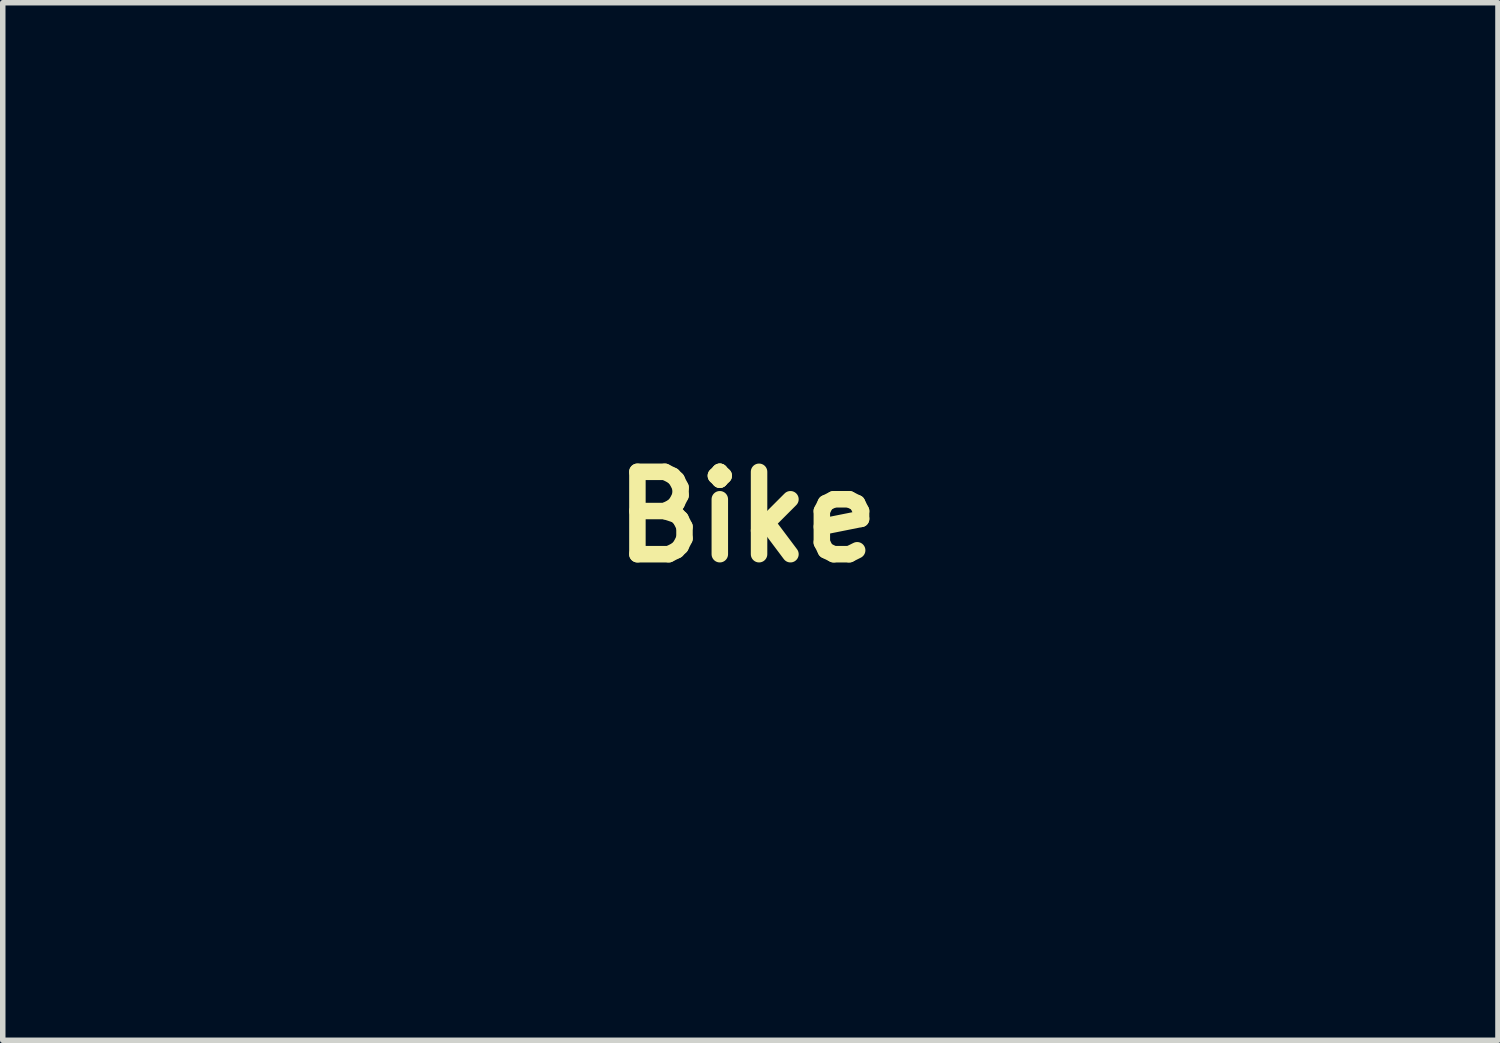
<source format=kicad_pcb>
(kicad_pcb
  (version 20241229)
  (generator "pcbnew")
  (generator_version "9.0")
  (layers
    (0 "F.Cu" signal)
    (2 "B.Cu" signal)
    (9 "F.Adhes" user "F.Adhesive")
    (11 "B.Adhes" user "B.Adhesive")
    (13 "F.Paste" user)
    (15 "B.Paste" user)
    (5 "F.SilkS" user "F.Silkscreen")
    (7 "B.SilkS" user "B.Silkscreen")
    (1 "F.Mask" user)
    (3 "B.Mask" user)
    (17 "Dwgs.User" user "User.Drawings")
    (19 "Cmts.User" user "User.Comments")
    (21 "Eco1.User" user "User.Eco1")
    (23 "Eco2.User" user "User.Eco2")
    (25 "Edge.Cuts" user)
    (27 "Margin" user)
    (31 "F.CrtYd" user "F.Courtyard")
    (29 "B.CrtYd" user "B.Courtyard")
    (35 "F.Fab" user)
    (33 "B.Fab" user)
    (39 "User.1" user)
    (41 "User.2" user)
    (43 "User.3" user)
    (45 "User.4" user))
  (footprint "Bike"
    (layer "F.Cu")
    (at 10.553 6.36)
    (property "Reference" "Bike" (at 0 0 0) (layer "F.SilkS") (effects (font (size 1.5 1.5) (thickness 0.3))))
    (attr board_only exclude_from_pos_files exclude_from_bom)
    (fp_poly (pts (xy 8.008 1.82) (xy 7.968 1.861) (xy 7.927 1.82) (xy 7.968 1.78)) (stroke (width 0) (type solid)) (fill yes) (layer "F.Mask"))
    (fp_poly (pts (xy -6.822 3.91) (xy -6.812 4.006) (xy -6.822 4.018) (xy -6.87 4.007) (xy -6.876 3.964) (xy -6.846 3.897)) (stroke (width 0) (type solid)) (fill yes) (layer "F.Mask"))
    (fp_poly (pts (xy -9.187 1.254) (xy -9.014 1.35) (xy -8.779 1.491) (xy -8.519 1.654) (xy -8.269 1.817) (xy -8.066 1.956) (xy -7.946 2.05) (xy -7.927 2.073) (xy -7.956 2.098) (xy -8.056 2.061) (xy -8.243 1.954) (xy -8.538 1.766) (xy -8.674 1.677) (xy -8.941 1.494) (xy -9.144 1.344) (xy -9.252 1.248) (xy -9.262 1.227)) (stroke (width 0) (type solid)) (fill yes) (layer "F.Mask"))
    (fp_poly (pts (xy 3.419 -6.343) (xy 3.604 -6.234) (xy 3.778 -6.076) (xy 3.893 -5.911) (xy 3.911 -5.804) (xy 3.914 -5.686) (xy 3.953 -5.662) (xy 4.035 -5.595) (xy 4.085 -5.48) (xy 4.28 -5.03) (xy 4.57 -4.694) (xy 4.667 -4.623) (xy 4.961 -4.347) (xy 5.115 -4.009) (xy 5.12 -3.634) (xy 5.093 -3.523) (xy 5.036 -3.243) (xy 5.005 -2.907) (xy 5.003 -2.75) (xy 4.997 -2.437) (xy 4.969 -2.14) (xy 4.948 -2.022) (xy 4.932 -1.685) (xy 5.007 -1.395) (xy 5.104 -1.172) (xy 5.185 -1.063) (xy 5.234 -1.081) (xy 5.237 -1.225) (xy 5.264 -1.377) (xy 5.35 -1.437) (xy 5.442 -1.385) (xy 5.472 -1.315) (xy 5.506 -1.229) (xy 5.576 -1.195) (xy 5.723 -1.209) (xy 5.972 -1.263) (xy 6.353 -1.318) (xy 6.816 -1.335) (xy 7.287 -1.314) (xy 7.644 -1.265) (xy 8.001 -1.187) (xy 8.219 -1.125) (xy 8.319 -1.07) (xy 8.332 -1.041) (xy 8.398 -0.98) (xy 8.466 -0.971) (xy 8.604 -0.921) (xy 8.822 -0.792) (xy 9.082 -0.611) (xy 9.346 -0.406) (xy 9.573 -0.206) (xy 9.685 -0.089) (xy 9.86 0.117) (xy 9.96 0.242) (xy 10.017 0.329) (xy 10.056 0.404) (xy 10.136 0.555) (xy 10.254 0.757) (xy 10.264 0.774) (xy 10.382 1.036) (xy 10.485 1.391) (xy 10.57 1.803) (xy 10.631 2.234) (xy 10.664 2.646) (xy 10.665 3.002) (xy 10.629 3.265) (xy 10.582 3.369) (xy 10.526 3.496) (xy 10.526 3.53) (xy 10.508 3.676) (xy 10.427 3.901) (xy 10.348 4.064) (xy 10.284 4.245) (xy 10.273 4.327) (xy 10.23 4.435) (xy 10.192 4.449) (xy 10.121 4.515) (xy 10.111 4.573) (xy 10.046 4.708) (xy 9.99 4.743) (xy 9.883 4.832) (xy 9.869 4.879) (xy 9.811 4.98) (xy 9.663 5.147) (xy 9.459 5.347) (xy 9.238 5.547) (xy 9.034 5.713) (xy 8.885 5.811) (xy 8.843 5.824) (xy 8.745 5.861) (xy 8.736 5.885) (xy 8.67 5.956) (xy 8.514 6.038) (xy 8.228 6.154) (xy 8.054 6.223) (xy 7.955 6.257) (xy 7.892 6.272) (xy 7.887 6.272) (xy 7.747 6.313) (xy 7.668 6.345) (xy 7.513 6.372) (xy 7.452 6.356) (xy 7.348 6.355) (xy 7.331 6.374) (xy 7.222 6.418) (xy 6.996 6.434) (xy 6.694 6.426) (xy 6.358 6.398) (xy 6.029 6.354) (xy 5.748 6.298) (xy 5.557 6.233) (xy 5.521 6.21) (xy 5.434 6.17) (xy 5.42 6.191) (xy 5.37 6.191) (xy 5.258 6.107) (xy 5.142 6.022) (xy 5.096 6.026) (xy 5.046 6.035) (xy 4.955 5.975) (xy 4.777 5.852) (xy 4.584 5.743) (xy 4.395 5.616) (xy 4.278 5.484) (xy 4.269 5.474) (xy 5.986 5.474) (xy 6.056 5.493) (xy 6.226 5.501) (xy 6.229 5.501) (xy 6.369 5.493) (xy 6.441 5.442) (xy 6.468 5.308) (xy 6.471 5.069) (xy 6.462 4.817) (xy 6.437 4.636) (xy 6.417 4.585) (xy 6.531 4.585) (xy 6.536 4.914) (xy 6.565 5.582) (xy 6.801 5.582) (xy 6.984 5.547) (xy 7.038 5.469) (xy 7.022 5.335) (xy 6.981 5.092) (xy 6.924 4.788) (xy 6.861 4.473) (xy 6.802 4.195) (xy 6.755 4.002) (xy 6.743 3.964) (xy 6.696 3.91) (xy 6.627 3.999) (xy 6.604 4.045) (xy 6.553 4.253) (xy 6.531 4.585) (xy 6.417 4.585) (xy 6.416 4.582) (xy 6.367 4.628) (xy 6.28 4.777) (xy 6.176 4.983) (xy 6.077 5.2) (xy 6.007 5.383) (xy 5.986 5.474) (xy 4.269 5.474) (xy 4.162 5.364) (xy 4.082 5.339) (xy 3.976 5.297) (xy 3.964 5.263) (xy 3.913 5.162) (xy 3.786 4.996) (xy 3.721 4.921) (xy 3.573 4.737) (xy 3.487 4.589) (xy 3.478 4.552) (xy 3.471 4.539) (xy 4.503 4.539) (xy 4.676 4.712) (xy 4.805 4.823) (xy 4.877 4.85) (xy 4.878 4.849) (xy 4.931 4.77) (xy 5.052 4.585) (xy 5.219 4.327) (xy 5.337 4.144) (xy 5.522 3.864) (xy 5.674 3.649) (xy 5.773 3.526) (xy 5.8 3.508) (xy 5.772 3.585) (xy 5.672 3.766) (xy 5.515 4.02) (xy 5.387 4.218) (xy 5.186 4.525) (xy 5.063 4.728) (xy 5.01 4.855) (xy 5.015 4.936) (xy 5.069 5.002) (xy 5.108 5.036) (xy 5.242 5.14) (xy 5.307 5.177) (xy 5.321 5.161) (xy 5.505 5.161) (xy 5.508 5.237) (xy 5.56 5.288) (xy 5.607 5.316) (xy 5.76 5.392) (xy 5.834 5.417) (xy 5.887 5.35) (xy 5.984 5.168) (xy 6.106 4.907) (xy 6.143 4.823) (xy 6.267 4.505) (xy 6.35 4.221) (xy 6.378 4.024) (xy 6.377 4.007) (xy 6.357 3.922) (xy 6.315 3.912) (xy 6.235 3.991) (xy 6.102 4.177) (xy 5.902 4.484) (xy 5.89 4.502) (xy 5.686 4.821) (xy 5.561 5.031) (xy 5.505 5.161) (xy 5.321 5.161) (xy 5.361 5.114) (xy 5.485 4.943) (xy 5.658 4.69) (xy 5.831 4.432) (xy 6.222 3.842) (xy 6.471 3.842) (xy 6.489 3.95) (xy 6.503 3.964) (xy 6.555 3.9) (xy 6.581 3.842) (xy 6.582 3.831) (xy 6.819 3.831) (xy 6.819 3.832) (xy 6.848 3.947) (xy 6.897 4.181) (xy 6.96 4.497) (xy 7.001 4.712) (xy 7.071 5.073) (xy 7.127 5.303) (xy 7.181 5.432) (xy 7.246 5.488) (xy 7.334 5.501) (xy 7.338 5.501) (xy 7.503 5.457) (xy 7.572 5.386) (xy 7.57 5.279) (xy 7.541 5.056) (xy 7.494 4.762) (xy 7.435 4.437) (xy 7.374 4.124) (xy 7.323 3.894) (xy 7.439 3.894) (xy 7.466 4.082) (xy 7.524 4.395) (xy 7.551 4.536) (xy 7.635 4.933) (xy 7.713 5.187) (xy 7.799 5.318) (xy 7.906 5.344) (xy 8.048 5.285) (xy 8.087 5.261) (xy 8.156 5.191) (xy 8.157 5.076) (xy 8.095 4.878) (xy 7.911 4.401) (xy 7.827 4.223) (xy 7.957 4.223) (xy 8.123 4.697) (xy 8.218 4.954) (xy 8.288 5.083) (xy 8.356 5.112) (xy 8.446 5.067) (xy 8.448 5.066) (xy 8.583 4.953) (xy 8.632 4.885) (xy 8.588 4.795) (xy 8.451 4.645) (xy 8.307 4.516) (xy 7.957 4.223) (xy 7.827 4.223) (xy 7.755 4.07) (xy 7.619 3.873) (xy 7.546 3.814) (xy 7.479 3.785) (xy 7.444 3.803) (xy 7.439 3.894) (xy 7.323 3.894) (xy 7.317 3.865) (xy 7.272 3.702) (xy 7.256 3.67) (xy 7.159 3.66) (xy 7.006 3.701) (xy 6.869 3.767) (xy 6.819 3.831) (xy 6.582 3.831) (xy 6.583 3.738) (xy 6.55 3.721) (xy 6.48 3.787) (xy 6.471 3.842) (xy 6.222 3.842) (xy 6.325 3.686) (xy 6.241 3.618) (xy 7.488 3.618) (xy 7.531 3.69) (xy 7.634 3.775) (xy 7.667 3.721) (xy 7.638 3.612) (xy 7.627 3.599) (xy 7.722 3.599) (xy 7.731 3.665) (xy 7.765 3.76) (xy 7.857 3.909) (xy 8.027 4.113) (xy 8.239 4.336) (xy 8.458 4.543) (xy 8.647 4.699) (xy 8.773 4.769) (xy 8.781 4.77) (xy 8.907 4.721) (xy 8.963 4.676) (xy 9.035 4.577) (xy 9.031 4.479) (xy 8.935 4.361) (xy 8.729 4.201) (xy 8.437 4.004) (xy 8.106 3.788) (xy 7.89 3.654) (xy 7.769 3.593) (xy 7.722 3.599) (xy 7.627 3.599) (xy 7.56 3.522) (xy 7.511 3.526) (xy 7.488 3.618) (xy 6.241 3.618) (xy 6.154 3.548) (xy 6.082 3.519) (xy 7.038 3.519) (xy 7.078 3.559) (xy 7.118 3.519) (xy 7.078 3.478) (xy 7.038 3.519) (xy 6.082 3.519) (xy 5.912 3.45) (xy 5.611 3.48) (xy 5.414 3.562) (xy 5.293 3.66) (xy 5.108 3.844) (xy 4.899 4.075) (xy 4.887 4.089) (xy 4.503 4.539) (xy 3.471 4.539) (xy 3.428 4.457) (xy 3.397 4.449) (xy 3.332 4.381) (xy 3.317 4.287) (xy 3.288 4.156) (xy 3.249 4.125) (xy 3.232 4.103) (xy 4.213 4.103) (xy 4.276 4.242) (xy 4.303 4.271) (xy 4.389 4.343) (xy 4.469 4.348) (xy 4.58 4.271) (xy 4.757 4.096) (xy 4.817 4.033) (xy 4.965 3.864) (xy 5.029 3.76) (xy 5.003 3.744) (xy 4.844 3.796) (xy 4.609 3.868) (xy 4.538 3.89) (xy 4.298 3.989) (xy 4.213 4.103) (xy 3.232 4.103) (xy 3.193 4.052) (xy 3.12 3.853) (xy 3.054 3.611) (xy 3.983 3.611) (xy 4.028 3.757) (xy 4.12 3.96) (xy 4.494 3.8) (xy 4.733 3.707) (xy 4.921 3.649) (xy 4.979 3.64) (xy 5.102 3.591) (xy 5.289 3.464) (xy 5.322 3.438) (xy 7.28 3.438) (xy 7.321 3.478) (xy 7.361 3.438) (xy 7.321 3.397) (xy 7.28 3.438) (xy 5.322 3.438) (xy 5.397 3.377) (xy 5.546 3.256) (xy 5.61 3.221) (xy 5.592 3.256) (xy 5.535 3.369) (xy 5.595 3.39) (xy 5.743 3.315) (xy 5.794 3.263) (xy 6.256 3.263) (xy 6.267 3.311) (xy 6.31 3.317) (xy 6.376 3.287) (xy 6.373 3.281) (xy 6.714 3.281) (xy 6.753 3.365) (xy 6.795 3.357) (xy 6.873 3.254) (xy 6.876 3.231) (xy 6.814 3.157) (xy 6.795 3.155) (xy 6.724 3.221) (xy 6.714 3.281) (xy 6.373 3.281) (xy 6.363 3.263) (xy 6.267 3.253) (xy 6.256 3.263) (xy 5.794 3.263) (xy 5.82 3.235) (xy 5.784 3.195) (xy 6.471 3.195) (xy 6.512 3.236) (xy 6.552 3.195) (xy 6.512 3.155) (xy 6.471 3.195) (xy 5.784 3.195) (xy 5.76 3.168) (xy 5.642 3.156) (xy 5.41 3.175) (xy 5.106 3.218) (xy 4.774 3.277) (xy 4.456 3.344) (xy 4.195 3.411) (xy 4.033 3.47) (xy 4.01 3.486) (xy 3.983 3.611) (xy 3.054 3.611) (xy 3.04 3.563) (xy 2.965 3.218) (xy 2.953 3.155) (xy 2.944 3.066) (xy 3.802 3.066) (xy 3.814 3.195) (xy 3.868 3.275) (xy 3.989 3.308) (xy 4.2 3.296) (xy 4.527 3.243) (xy 4.833 3.184) (xy 5.133 3.114) (xy 6.229 3.114) (xy 6.269 3.155) (xy 6.299 3.125) (xy 7.038 3.125) (xy 7.077 3.244) (xy 7.157 3.29) (xy 7.187 3.275) (xy 7.186 3.263) (xy 7.717 3.263) (xy 7.748 3.37) (xy 7.862 3.501) (xy 8.08 3.674) (xy 8.405 3.897) (xy 8.7 4.088) (xy 8.945 4.242) (xy 9.109 4.339) (xy 9.158 4.362) (xy 9.237 4.305) (xy 9.303 4.205) (xy 9.356 4.05) (xy 9.349 3.974) (xy 9.267 3.903) (xy 9.081 3.767) (xy 8.823 3.59) (xy 8.656 3.479) (xy 8.382 3.292) (xy 8.174 3.138) (xy 8.058 3.037) (xy 8.045 3.011) (xy 8.124 3.036) (xy 8.306 3.138) (xy 8.561 3.297) (xy 8.78 3.443) (xy 9.103 3.656) (xy 9.32 3.783) (xy 9.454 3.834) (xy 9.53 3.82) (xy 9.55 3.798) (xy 9.62 3.636) (xy 9.592 3.5) (xy 9.447 3.368) (xy 9.168 3.221) (xy 9.049 3.167) (xy 8.605 2.995) (xy 8.352 2.94) (xy 8.882 2.94) (xy 8.882 2.982) (xy 9.001 3.051) (xy 9.185 3.135) (xy 9.448 3.248) (xy 9.6 3.299) (xy 9.679 3.291) (xy 9.723 3.229) (xy 9.739 3.189) (xy 9.79 2.978) (xy 9.726 2.87) (xy 9.528 2.839) (xy 9.485 2.839) (xy 9.223 2.86) (xy 8.996 2.899) (xy 8.983 2.903) (xy 8.882 2.94) (xy 8.352 2.94) (xy 8.271 2.922) (xy 8.03 2.948) (xy 7.902 3.03) (xy 7.795 3.112) (xy 7.755 3.117) (xy 7.729 3.16) (xy 7.717 3.263) (xy 7.186 3.263) (xy 7.176 3.192) (xy 7.133 3.137) (xy 7.052 3.092) (xy 7.038 3.125) (xy 6.299 3.125) (xy 6.31 3.114) (xy 6.277 3.082) (xy 7.361 3.082) (xy 7.408 3.103) (xy 7.474 3.057) (xy 7.556 2.958) (xy 7.561 2.924) (xy 7.48 2.93) (xy 7.389 3.01) (xy 7.361 3.082) (xy 6.277 3.082) (xy 6.269 3.074) (xy 6.229 3.114) (xy 5.133 3.114) (xy 5.217 3.095) (xy 5.379 3.033) (xy 6.471 3.033) (xy 6.512 3.074) (xy 6.552 3.033) (xy 6.512 2.993) (xy 6.471 3.033) (xy 5.379 3.033) (xy 5.439 3.011) (xy 5.501 2.941) (xy 5.438 2.858) (xy 6.013 2.858) (xy 6.024 2.906) (xy 6.067 2.912) (xy 6.133 2.883) (xy 6.121 2.858) (xy 6.025 2.848) (xy 6.013 2.858) (xy 5.438 2.858) (xy 5.433 2.852) (xy 5.339 2.831) (xy 5.225 2.791) (xy 7.766 2.791) (xy 7.806 2.831) (xy 7.846 2.791) (xy 7.84 2.784) (xy 8.104 2.784) (xy 8.238 2.791) (xy 8.526 2.789) (xy 8.972 2.778) (xy 9.363 2.765) (xy 9.61 2.752) (xy 9.736 2.717) (xy 9.782 2.635) (xy 9.788 2.499) (xy 9.778 2.337) (xy 9.719 2.277) (xy 9.562 2.288) (xy 9.485 2.302) (xy 8.998 2.397) (xy 8.608 2.486) (xy 8.33 2.565) (xy 8.181 2.629) (xy 8.171 2.67) (xy 8.216 2.729) (xy 8.121 2.768) (xy 8.104 2.784) (xy 7.84 2.784) (xy 7.806 2.75) (xy 7.766 2.791) (xy 5.225 2.791) (xy 5.208 2.785) (xy 5.177 2.72) (xy 5.155 2.665) (xy 5.066 2.649) (xy 4.878 2.673) (xy 4.631 2.722) (xy 4.26 2.801) (xy 4.02 2.862) (xy 3.882 2.915) (xy 3.819 2.974) (xy 3.802 3.048) (xy 3.802 3.066) (xy 2.944 3.066) (xy 2.928 2.907) (xy 2.926 2.814) (xy 3.802 2.814) (xy 4.469 2.663) (xy 4.781 2.594) (xy 5.031 2.54) (xy 5.178 2.512) (xy 5.197 2.51) (xy 5.203 2.503) (xy 5.905 2.503) (xy 5.964 2.585) (xy 5.986 2.589) (xy 6.065 2.561) (xy 6.067 2.553) (xy 6.032 2.51) (xy 7.442 2.51) (xy 7.508 2.58) (xy 7.563 2.589) (xy 7.671 2.571) (xy 7.685 2.557) (xy 7.621 2.505) (xy 7.563 2.478) (xy 7.459 2.477) (xy 7.442 2.51) (xy 6.032 2.51) (xy 6.01 2.484) (xy 5.986 2.467) (xy 5.911 2.474) (xy 5.905 2.503) (xy 5.203 2.503) (xy 5.251 2.442) (xy 5.258 2.386) (xy 5.224 2.319) (xy 5.102 2.282) (xy 4.862 2.267) (xy 4.712 2.266) (xy 4.311 2.275) (xy 4.046 2.305) (xy 3.89 2.366) (xy 3.817 2.466) (xy 3.802 2.589) (xy 3.802 2.814) (xy 2.926 2.814) (xy 2.918 2.512) (xy 2.92 2.225) (xy 7.199 2.225) (xy 7.24 2.265) (xy 7.28 2.225) (xy 7.24 2.184) (xy 7.402 2.184) (xy 7.405 2.259) (xy 7.432 2.265) (xy 7.511 2.225) (xy 7.766 2.225) (xy 7.806 2.265) (xy 7.846 2.225) (xy 7.806 2.184) (xy 7.766 2.225) (xy 7.511 2.225) (xy 7.547 2.206) (xy 7.563 2.184) (xy 7.561 2.145) (xy 7.945 2.145) (xy 7.974 2.302) (xy 8.043 2.458) (xy 8.164 2.487) (xy 8.201 2.48) (xy 8.356 2.446) (xy 8.622 2.39) (xy 8.95 2.322) (xy 9.08 2.295) (xy 9.45 2.211) (xy 9.678 2.129) (xy 9.782 2.036) (xy 9.781 1.917) (xy 9.716 1.792) (xy 9.659 1.748) (xy 9.544 1.734) (xy 9.342 1.755) (xy 9.025 1.811) (xy 8.814 1.853) (xy 8.468 1.926) (xy 8.186 1.99) (xy 8.002 2.035) (xy 7.95 2.054) (xy 7.945 2.145) (xy 7.561 2.145) (xy 7.56 2.109) (xy 7.532 2.103) (xy 7.418 2.162) (xy 7.402 2.184) (xy 7.24 2.184) (xy 7.199 2.225) (xy 2.92 2.225) (xy 2.922 2.043) (xy 3.803 2.043) (xy 3.824 2.119) (xy 3.912 2.161) (xy 4.1 2.178) (xy 4.348 2.18) (xy 4.894 2.176) (xy 4.409 1.951) (xy 4.113 1.828) (xy 3.929 1.795) (xy 3.834 1.857) (xy 3.804 2.017) (xy 3.803 2.043) (xy 2.922 2.043) (xy 2.922 1.983) (xy 2.923 1.962) (xy 2.952 1.764) (xy 2.972 1.699) (xy 3.021 1.541) (xy 3.029 1.505) (xy 3.948 1.505) (xy 3.966 1.582) (xy 4.061 1.662) (xy 4.26 1.766) (xy 4.515 1.885) (xy 4.801 2.011) (xy 5.024 2.102) (xy 5.15 2.143) (xy 5.164 2.142) (xy 5.165 2.054) (xy 5.147 1.982) (xy 5.258 1.982) (xy 5.298 2.022) (xy 5.339 1.982) (xy 7.199 1.982) (xy 7.24 2.022) (xy 7.28 1.982) (xy 7.685 1.982) (xy 7.725 2.022) (xy 7.766 1.982) (xy 7.725 1.941) (xy 7.685 1.982) (xy 7.28 1.982) (xy 7.24 1.941) (xy 7.199 1.982) (xy 5.339 1.982) (xy 5.298 1.941) (xy 5.258 1.982) (xy 5.147 1.982) (xy 5.14 1.951) (xy 5.054 1.843) (xy 4.874 1.686) (xy 4.645 1.512) (xy 4.411 1.354) (xy 4.216 1.244) (xy 4.121 1.213) (xy 4.054 1.278) (xy 3.982 1.407) (xy 3.948 1.505) (xy 3.029 1.505) (xy 3.03 1.496) (xy 3.068 1.36) (xy 3.106 1.254) (xy 3.174 1.078) (xy 4.135 1.078) (xy 4.555 1.346) (xy 4.777 1.486) (xy 4.934 1.584) (xy 4.989 1.616) (xy 4.979 1.548) (xy 4.939 1.377) (xy 4.923 1.314) (xy 4.834 1.114) (xy 4.968 1.114) (xy 5.014 1.27) (xy 5.095 1.47) (xy 5.192 1.666) (xy 5.284 1.808) (xy 5.316 1.84) (xy 5.479 1.919) (xy 5.64 1.938) (xy 5.736 1.892) (xy 5.743 1.864) (xy 5.729 1.817) (xy 6.412 1.817) (xy 6.427 1.853) (xy 6.503 1.937) (xy 6.533 1.865) (xy 6.532 1.843) (xy 6.764 1.843) (xy 6.797 1.861) (xy 7.038 1.861) (xy 7.067 1.927) (xy 7.092 1.914) (xy 7.101 1.818) (xy 7.092 1.807) (xy 7.043 1.818) (xy 7.038 1.861) (xy 6.797 1.861) (xy 6.867 1.795) (xy 6.87 1.775) (xy 7.199 1.775) (xy 7.258 1.857) (xy 7.28 1.861) (xy 7.359 1.833) (xy 7.361 1.825) (xy 7.304 1.756) (xy 7.28 1.739) (xy 7.206 1.746) (xy 7.199 1.775) (xy 6.87 1.775) (xy 6.876 1.739) (xy 6.872 1.715) (xy 7.785 1.715) (xy 7.885 1.873) (xy 8.064 1.91) (xy 8.089 1.904) (xy 8.22 1.874) (xy 8.466 1.823) (xy 8.782 1.759) (xy 8.918 1.733) (xy 9.283 1.654) (xy 9.505 1.58) (xy 9.604 1.497) (xy 9.598 1.389) (xy 9.524 1.266) (xy 9.462 1.201) (xy 9.379 1.181) (xy 9.239 1.211) (xy 9.007 1.298) (xy 8.816 1.375) (xy 8.524 1.501) (xy 8.289 1.612) (xy 8.152 1.687) (xy 8.138 1.698) (xy 8.008 1.726) (xy 7.914 1.691) (xy 7.8 1.652) (xy 7.785 1.715) (xy 6.872 1.715) (xy 6.858 1.631) (xy 6.844 1.618) (xy 6.792 1.681) (xy 6.766 1.739) (xy 6.764 1.843) (xy 6.532 1.843) (xy 6.53 1.781) (xy 6.493 1.678) (xy 6.445 1.693) (xy 6.412 1.817) (xy 5.729 1.817) (xy 5.675 1.635) (xy 5.631 1.577) (xy 7.28 1.577) (xy 7.321 1.618) (xy 7.361 1.577) (xy 7.321 1.537) (xy 7.28 1.577) (xy 5.631 1.577) (xy 5.505 1.41) (xy 7.332 1.41) (xy 7.378 1.471) (xy 7.41 1.496) (xy 7.548 1.588) (xy 7.613 1.615) (xy 7.667 1.562) (xy 7.846 1.562) (xy 7.894 1.628) (xy 8.03 1.574) (xy 8.192 1.448) (xy 8.406 1.448) (xy 8.872 1.258) (xy 9.119 1.149) (xy 9.295 1.053) (xy 9.358 0.999) (xy 9.33 0.888) (xy 9.262 0.777) (xy 9.174 0.693) (xy 9.077 0.693) (xy 8.947 0.791) (xy 8.761 1.002) (xy 8.649 1.141) (xy 8.406 1.448) (xy 8.192 1.448) (xy 8.243 1.408) (xy 8.521 1.136) (xy 8.57 1.084) (xy 8.805 0.829) (xy 8.943 0.662) (xy 9 0.553) (xy 8.99 0.474) (xy 8.931 0.396) (xy 8.805 0.28) (xy 8.734 0.243) (xy 8.67 0.305) (xy 8.544 0.469) (xy 8.382 0.698) (xy 8.207 0.956) (xy 8.044 1.207) (xy 7.917 1.415) (xy 7.851 1.544) (xy 7.846 1.562) (xy 7.667 1.562) (xy 7.675 1.553) (xy 7.806 1.383) (xy 7.984 1.131) (xy 8.157 0.877) (xy 8.372 0.55) (xy 8.505 0.33) (xy 8.568 0.19) (xy 8.572 0.103) (xy 8.528 0.043) (xy 8.512 0.03) (xy 8.364 -0.057) (xy 8.291 -0.077) (xy 8.217 -0.014) (xy 8.077 0.158) (xy 7.895 0.411) (xy 7.733 0.651) (xy 7.524 0.974) (xy 7.395 1.189) (xy 7.334 1.326) (xy 7.332 1.41) (xy 5.505 1.41) (xy 5.493 1.395) (xy 5.37 1.294) (xy 6.148 1.294) (xy 6.177 1.361) (xy 6.202 1.348) (xy 6.211 1.252) (xy 6.202 1.24) (xy 6.154 1.251) (xy 6.148 1.294) (xy 5.37 1.294) (xy 5.296 1.234) (xy 5.113 1.12) (xy 4.995 1.056) (xy 4.98 1.052) (xy 4.968 1.114) (xy 4.834 1.114) (xy 4.81 1.06) (xy 4.643 0.845) (xy 4.626 0.83) (xy 4.505 0.712) (xy 4.482 0.65) (xy 4.494 0.648) (xy 4.621 0.697) (xy 4.687 0.748) (xy 4.763 0.802) (xy 4.752 0.725) (xy 4.744 0.701) (xy 4.699 0.534) (xy 4.692 0.469) (xy 4.65 0.437) (xy 4.546 0.509) (xy 4.41 0.656) (xy 4.279 0.843) (xy 4.135 1.078) (xy 3.174 1.078) (xy 3.199 1.013) (xy 3.244 0.879) (xy 3.253 0.809) (xy 3.251 0.796) (xy 3.296 0.707) (xy 3.36 0.645) (xy 3.46 0.529) (xy 3.478 0.475) (xy 3.529 0.369) (xy 3.556 0.336) (xy 4.827 0.336) (xy 4.845 0.561) (xy 4.906 0.79) (xy 4.998 0.953) (xy 5.03 0.979) (xy 5.178 1.075) (xy 5.298 1.161) (xy 5.445 1.249) (xy 5.494 1.21) (xy 5.459 1.049) (xy 5.373 0.887) (xy 5.217 0.673) (xy 5.119 0.557) (xy 4.974 0.383) (xy 4.903 0.269) (xy 4.909 0.243) (xy 5.026 0.294) (xy 5.075 0.335) (xy 5.137 0.371) (xy 5.127 0.273) (xy 5.123 0.254) (xy 5.049 0.103) (xy 4.944 0.11) (xy 4.868 0.185) (xy 4.827 0.336) (xy 3.556 0.336) (xy 3.62 0.258) (xy 3.753 0.112) (xy 3.937 -0.099) (xy 4.045 -0.227) (xy 4.073 -0.257) (xy 5.631 -0.257) (xy 5.64 -0.164) (xy 5.693 0.029) (xy 5.777 0.283) (xy 5.876 0.557) (xy 5.975 0.81) (xy 6.061 1.004) (xy 6.118 1.097) (xy 6.128 1.098) (xy 6.127 1.01) (xy 6.097 0.802) (xy 6.045 0.511) (xy 6.016 0.371) (xy 5.918 -0.024) (xy 5.842 -0.21) (xy 5.992 -0.21) (xy 6.035 0.019) (xy 6.053 0.101) (xy 6.128 0.451) (xy 6.209 0.829) (xy 6.236 0.957) (xy 6.293 1.204) (xy 6.348 1.325) (xy 6.429 1.355) (xy 6.54 1.335) (xy 6.701 1.291) (xy 6.767 1.267) (xy 6.757 1.188) (xy 6.721 0.982) (xy 6.664 0.683) (xy 6.605 0.381) (xy 6.528 0.0001) (xy 6.469 -0.248) (xy 6.424 -0.373) (xy 6.552 -0.373) (xy 6.571 -0.169) (xy 6.62 0.113) (xy 6.69 0.436) (xy 6.771 0.761) (xy 6.854 1.051) (xy 6.928 1.267) (xy 6.985 1.371) (xy 6.994 1.375) (xy 7 1.3) (xy 7.008 1.094) (xy 7.008 1.092) (xy 7.038 1.092) (xy 7.078 1.132) (xy 7.118 1.092) (xy 7.078 1.052) (xy 7.038 1.092) (xy 7.008 1.092) (xy 7.017 0.791) (xy 7.026 0.445) (xy 7.048 -0.485) (xy 6.8 -0.485) (xy 6.609 -0.452) (xy 6.552 -0.373) (xy 6.424 -0.373) (xy 6.418 -0.389) (xy 6.363 -0.45) (xy 6.291 -0.455) (xy 6.229 -0.442) (xy 6.075 -0.397) (xy 6.001 -0.334) (xy 5.992 -0.21) (xy 5.842 -0.21) (xy 5.822 -0.26) (xy 5.726 -0.336) (xy 5.631 -0.257) (xy 4.073 -0.257) (xy 4.216 -0.415) (xy 4.32 -0.508) (xy 7.098 -0.508) (xy 7.144 0.332) (xy 7.163 0.684) (xy 7.18 0.97) (xy 7.191 1.157) (xy 7.195 1.209) (xy 7.221 1.215) (xy 7.294 1.133) (xy 7.426 0.949) (xy 7.628 0.648) (xy 7.748 0.464) (xy 7.937 0.168) (xy 8.046 -0.023) (xy 8.085 -0.137) (xy 8.063 -0.204) (xy 8.007 -0.243) (xy 7.852 -0.307) (xy 7.735 -0.288) (xy 7.628 -0.164) (xy 7.503 0.086) (xy 7.464 0.174) (xy 7.353 0.41) (xy 7.266 0.558) (xy 7.22 0.587) (xy 7.219 0.585) (xy 7.238 0.471) (xy 7.315 0.265) (xy 7.402 0.079) (xy 7.512 -0.149) (xy 7.579 -0.312) (xy 7.589 -0.365) (xy 7.5 -0.402) (xy 7.33 -0.45) (xy 7.098 -0.508) (xy 4.32 -0.508) (xy 4.354 -0.538) (xy 4.409 -0.566) (xy 4.53 -0.637) (xy 4.616 -0.808) (xy 4.641 -1.019) (xy 4.637 -1.05) (xy 4.561 -1.335) (xy 4.427 -1.649) (xy 4.253 -1.963) (xy 4.061 -2.248) (xy 3.87 -2.475) (xy 3.7 -2.614) (xy 3.571 -2.636) (xy 3.563 -2.631) (xy 3.484 -2.658) (xy 3.441 -2.742) (xy 3.41 -2.79) (xy 4.56 -2.79) (xy 4.596 -2.655) (xy 4.674 -2.385) (xy 4.738 -2.144) (xy 4.775 -2.016) (xy 4.803 -2.003) (xy 4.835 -2.119) (xy 4.873 -2.327) (xy 4.903 -2.609) (xy 4.899 -2.855) (xy 4.88 -2.948) (xy 4.816 -3.081) (xy 4.731 -3.078) (xy 4.663 -3.033) (xy 4.567 -2.93) (xy 4.56 -2.79) (xy 3.41 -2.79) (xy 3.334 -2.908) (xy 3.167 -2.926) (xy 2.937 -2.794) (xy 2.872 -2.74) (xy 2.747 -2.601) (xy 2.548 -2.343) (xy 2.287 -1.983) (xy 1.975 -1.538) (xy 1.624 -1.026) (xy 1.246 -0.464) (xy 0.853 0.13) (xy 0.458 0.739) (xy 0.071 1.345) (xy -0.036 1.516) (xy -0.505 2.263) (xy -0.374 2.539) (xy -0.285 2.783) (xy -0.243 3.007) (xy -0.243 3.024) (xy -0.213 3.166) (xy -0.101 3.286) (xy 0.128 3.421) (xy 0.15 3.432) (xy 0.429 3.548) (xy 0.653 3.592) (xy 0.716 3.586) (xy 0.856 3.589) (xy 0.889 3.674) (xy 0.82 3.803) (xy 0.688 3.916) (xy 0.546 3.995) (xy 0.485 4.004) (xy 0.485 4.003) (xy 0.426 4) (xy 0.324 4.045) (xy 0.199 4.09) (xy 0.162 4.026) (xy 0.162 4.013) (xy 0.092 3.914) (xy -0.08 3.817) (xy -0.126 3.8) (xy -0.329 3.754) (xy -0.494 3.787) (xy -0.674 3.916) (xy -0.809 4.045) (xy -0.954 4.112) (xy -1.241 4.163) (xy -1.416 4.18) (xy -2.121 4.252) (xy -2.669 4.338) (xy -3.062 4.438) (xy -3.303 4.553) (xy -3.396 4.684) (xy -3.397 4.704) (xy -3.451 4.817) (xy -3.588 4.999) (xy -3.773 5.212) (xy -3.972 5.419) (xy -4.149 5.58) (xy -4.27 5.66) (xy -4.285 5.662) (xy -4.365 5.718) (xy -4.368 5.737) (xy -4.437 5.807) (xy -4.614 5.916) (xy -4.86 6.044) (xy -5.133 6.172) (xy -5.392 6.278) (xy -5.596 6.344) (xy -5.622 6.35) (xy -5.736 6.384) (xy -5.743 6.387) (xy -5.844 6.408) (xy -6.033 6.429) (xy -6.043 6.43) (xy -6.296 6.462) (xy -6.496 6.501) (xy -6.656 6.526) (xy -6.722 6.517) (xy -6.817 6.49) (xy -7.036 6.454) (xy -7.342 6.414) (xy -7.685 6.376) (xy -7.833 6.33) (xy -8.039 6.233) (xy -8.071 6.216) (xy -8.277 6.117) (xy -8.439 6.068) (xy -8.456 6.067) (xy -8.562 6.022) (xy -8.575 5.986) (xy -8.639 5.911) (xy -8.678 5.905) (xy -8.798 5.854) (xy -8.974 5.727) (xy -9.037 5.671) (xy -9.202 5.538) (xy -9.316 5.478) (xy -9.336 5.481) (xy -9.395 5.454) (xy -9.438 5.373) (xy -9.534 5.214) (xy -9.69 5.03) (xy -9.7 5.02) (xy -8.45 5.02) (xy -8.345 5.118) (xy -8.257 5.174) (xy -8.18 5.192) (xy -8.094 5.147) (xy -7.98 5.02) (xy -7.818 4.79) (xy -7.645 4.524) (xy -7.452 4.231) (xy -7.291 4.001) (xy -7.181 3.861) (xy -7.143 3.831) (xy -7.169 3.909) (xy -7.268 4.093) (xy -7.422 4.351) (xy -7.562 4.572) (xy -7.748 4.865) (xy -7.892 5.102) (xy -7.977 5.254) (xy -7.992 5.296) (xy -7.901 5.352) (xy -7.758 5.431) (xy -7.642 5.49) (xy -7.619 5.498) (xy -7.577 5.431) (xy -7.538 5.354) (xy -7.394 5.354) (xy -7.384 5.507) (xy -7.269 5.573) (xy -7.154 5.582) (xy -7.018 5.558) (xy -6.964 5.455) (xy -6.957 5.314) (xy -6.961 5.285) (xy -6.876 5.285) (xy -6.84 5.546) (xy -6.734 5.662) (xy -6.557 5.633) (xy -6.491 5.595) (xy -6.425 5.46) (xy -6.44 5.273) (xy -6.505 5.087) (xy -6.623 5.019) (xy -6.684 5.015) (xy -6.816 5.04) (xy -6.869 5.145) (xy -6.876 5.285) (xy -6.961 5.285) (xy -6.989 5.08) (xy -7.018 5.011) (xy -6.377 5.011) (xy -6.371 5.151) (xy -6.346 5.29) (xy -6.261 5.512) (xy -6.116 5.584) (xy -5.92 5.511) (xy -5.855 5.411) (xy -5.873 5.219) (xy -5.885 5.169) (xy -5.954 4.983) (xy -6.026 4.935) (xy -5.813 4.935) (xy -5.805 5.082) (xy -5.775 5.241) (xy -5.728 5.407) (xy -5.643 5.447) (xy -5.492 5.405) (xy -5.328 5.328) (xy -5.258 5.256) (xy -5.258 5.255) (xy -5.284 5.134) (xy -5.333 4.99) (xy -5.38 4.918) (xy -5.276 4.918) (xy -5.244 5.02) (xy -5.178 5.177) (xy -5.101 5.201) (xy -4.968 5.125) (xy -4.827 5.011) (xy -4.773 4.929) (xy -4.841 4.827) (xy -4.999 4.756) (xy -5.172 4.748) (xy -5.182 4.75) (xy -5.275 4.802) (xy -5.276 4.918) (xy -5.38 4.918) (xy -5.426 4.846) (xy -5.583 4.827) (xy -5.616 4.833) (xy -5.756 4.868) (xy -5.813 4.935) (xy -6.026 4.935) (xy -6.052 4.918) (xy -6.154 4.922) (xy -6.313 4.951) (xy -6.377 5.011) (xy -7.018 5.011) (xy -7.065 4.898) (xy -7.136 4.822) (xy -7.194 4.844) (xy -7.267 4.988) (xy -7.309 5.09) (xy -7.394 5.354) (xy -7.538 5.354) (xy -7.486 5.251) (xy -7.362 4.99) (xy -7.314 4.884) (xy -7.209 4.633) (xy -6.469 4.633) (xy -6.454 4.789) (xy -6.37 4.826) (xy -6.249 4.803) (xy -6.078 4.757) (xy -6.037 4.742) (xy -4.826 4.742) (xy -4.813 4.773) (xy -4.704 4.849) (xy -4.565 4.769) (xy -4.52 4.717) (xy -4.452 4.62) (xy -4.506 4.618) (xy -4.557 4.636) (xy -4.72 4.683) (xy -4.784 4.692) (xy -4.826 4.742) (xy -6.037 4.742) (xy -5.999 4.727) (xy -6.001 4.643) (xy -6.033 4.447) (xy -6.076 4.237) (xy -6.166 3.838) (xy -6.048 3.838) (xy -6.045 3.922) (xy -6.013 4.114) (xy -5.981 4.275) (xy -5.92 4.519) (xy -5.855 4.643) (xy -5.757 4.684) (xy -5.676 4.686) (xy -5.452 4.66) (xy -5.313 4.622) (xy -5.221 4.572) (xy -5.241 4.505) (xy -5.344 4.406) (xy -5.522 4.247) (xy -5.472 4.449) (xy -5.461 4.531) (xy -5.505 4.464) (xy -5.547 4.377) (xy -5.654 4.196) (xy -5.795 4.018) (xy -5.934 3.883) (xy -6.032 3.831) (xy -6.048 3.838) (xy -6.166 3.838) (xy -6.181 3.771) (xy -6.324 4.09) (xy -6.416 4.347) (xy -6.466 4.586) (xy -6.469 4.633) (xy -7.209 4.633) (xy -7.154 4.499) (xy -7.095 4.287) (xy -6.835 4.287) (xy -6.829 4.362) (xy -6.8 4.368) (xy -6.717 4.309) (xy -6.714 4.287) (xy -6.742 4.208) (xy -6.75 4.206) (xy -6.819 4.263) (xy -6.835 4.287) (xy -7.095 4.287) (xy -7.072 4.202) (xy -7.054 3.945) (xy -7.054 3.931) (xy -6.947 3.931) (xy -6.899 4.061) (xy -6.819 4.09) (xy -6.785 4.067) (xy -6.746 3.94) (xy -6.804 3.79) (xy -6.882 3.667) (xy -6.922 3.681) (xy -6.94 3.746) (xy -6.947 3.931) (xy -7.054 3.931) (xy -7.055 3.913) (xy -7.086 3.682) (xy -7.148 3.577) (xy -7.22 3.559) (xy -7.34 3.518) (xy -7.361 3.472) (xy -7.368 3.453) (xy -6.148 3.453) (xy -6.099 3.539) (xy -5.987 3.678) (xy -5.861 3.811) (xy -5.774 3.881) (xy -5.768 3.883) (xy -5.781 3.82) (xy -5.851 3.667) (xy -5.851 3.666) (xy -5.715 3.666) (xy -5.715 3.768) (xy -5.631 3.942) (xy -5.492 4.143) (xy -5.325 4.327) (xy -5.257 4.385) (xy -5.005 4.527) (xy -4.735 4.546) (xy -4.73 4.545) (xy -4.544 4.516) (xy -4.451 4.487) (xy -4.449 4.483) (xy -4.511 4.421) (xy -4.674 4.301) (xy -4.9 4.147) (xy -5.152 3.983) (xy -5.395 3.833) (xy -5.591 3.719) (xy -5.703 3.666) (xy -5.715 3.666) (xy -5.851 3.666) (xy -5.865 3.64) (xy -5.974 3.478) (xy -6.078 3.395) (xy -6.142 3.414) (xy -6.148 3.453) (xy -7.368 3.453) (xy -7.385 3.403) (xy -7.461 3.444) (xy -7.598 3.603) (xy -7.801 3.888) (xy -8.003 4.191) (xy -8.198 4.5) (xy -8.347 4.761) (xy -8.436 4.946) (xy -8.45 5.02) (xy -9.7 5.02) (xy -9.702 5.018) (xy -9.857 4.822) (xy -10.012 4.57) (xy -8.999 4.57) (xy -8.973 4.544) (xy -8.901 4.628) (xy -8.745 4.784) (xy -8.623 4.876) (xy -8.575 4.879) (xy -8.506 4.786) (xy -8.372 4.592) (xy -8.195 4.331) (xy -8.1 4.19) (xy -7.919 3.913) (xy -7.777 3.69) (xy -7.696 3.552) (xy -7.685 3.524) (xy -7.739 3.5) (xy -7.882 3.567) (xy -8.084 3.705) (xy -8.317 3.893) (xy -8.551 4.113) (xy -8.564 4.125) (xy -8.973 4.544) (xy -8.976 4.541) (xy -8.999 4.57) (xy -10.012 4.57) (xy -10.03 4.54) (xy -10.195 4.224) (xy -10.223 4.159) (xy -9.222 4.159) (xy -9.174 4.277) (xy -9.056 4.446) (xy -8.976 4.541) (xy -8.7 4.186) (xy -8.548 3.984) (xy -8.453 3.845) (xy -8.433 3.802) (xy -8.583 3.833) (xy -8.791 3.909) (xy -9.002 4.005) (xy -9.164 4.098) (xy -9.222 4.159) (xy -10.223 4.159) (xy -10.324 3.927) (xy -10.39 3.702) (xy -10.392 3.681) (xy -10.423 3.588) (xy -9.509 3.588) (xy -9.464 3.767) (xy -9.458 3.784) (xy -9.371 4.035) (xy -8.759 3.81) (xy -8.369 3.644) (xy -8.097 3.479) (xy -8.048 3.43) (xy -7.886 3.43) (xy -7.863 3.476) (xy -7.739 3.429) (xy -7.64 3.364) (xy -7.579 3.295) (xy -5.898 3.295) (xy -5.891 3.32) (xy -5.818 3.391) (xy -5.643 3.528) (xy -5.399 3.708) (xy -5.117 3.907) (xy -4.832 4.103) (xy -4.576 4.273) (xy -4.381 4.395) (xy -4.281 4.444) (xy -4.281 4.444) (xy -4.213 4.385) (xy -4.126 4.247) (xy -4.098 4.183) (xy -3.153 4.183) (xy -3.123 4.259) (xy -3.034 4.258) (xy -2.887 4.221) (xy -2.647 4.178) (xy -2.509 4.158) (xy -2.278 4.123) (xy -2.131 4.092) (xy -2.103 4.079) (xy -2.152 4.009) (xy -2.275 3.868) (xy -2.311 3.829) (xy -2.418 3.681) (xy -1.861 3.681) (xy -1.82 3.721) (xy -1.78 3.681) (xy -1.82 3.64) (xy -1.861 3.681) (xy -2.418 3.681) (xy -2.465 3.616) (xy -2.471 3.6) (xy -2.022 3.6) (xy -1.982 3.64) (xy -1.941 3.6) (xy -0.971 3.6) (xy -0.93 3.64) (xy -0.89 3.6) (xy -0.93 3.559) (xy -0.971 3.6) (xy -1.941 3.6) (xy -1.982 3.559) (xy -2.022 3.6) (xy -2.471 3.6) (xy -2.554 3.412) (xy -1.839 3.412) (xy -1.807 3.46) (xy -1.78 3.478) (xy -1.629 3.545) (xy -1.515 3.55) (xy -1.488 3.494) (xy -1.496 3.478) (xy -1.609 3.414) (xy -1.724 3.399) (xy -1.839 3.412) (xy -2.554 3.412) (xy -2.56 3.397) (xy -2.564 3.38) (xy -2.63 3.196) (xy -2.716 3.162) (xy -2.808 3.27) (xy -2.892 3.512) (xy -2.912 3.598) (xy -2.975 3.85) (xy -3.041 4.031) (xy -3.079 4.088) (xy -3.153 4.183) (xy -4.098 4.183) (xy -4.058 4.093) (xy -4.051 4.016) (xy -4.13 3.963) (xy -4.314 3.844) (xy -4.572 3.678) (xy -4.756 3.561) (xy -5.036 3.378) (xy -5.251 3.226) (xy -5.374 3.127) (xy -5.392 3.1) (xy -5.314 3.127) (xy -5.133 3.226) (xy -4.877 3.382) (xy -4.681 3.508) (xy -4.391 3.69) (xy -4.153 3.824) (xy -3.996 3.894) (xy -3.953 3.897) (xy -3.889 3.781) (xy -3.85 3.672) (xy -3.841 3.579) (xy -3.897 3.496) (xy -4.045 3.404) (xy -4.311 3.28) (xy -4.387 3.247) (xy -4.776 3.108) (xy -5.144 3.03) (xy -5.466 3.01) (xy -5.716 3.049) (xy -5.869 3.144) (xy -5.898 3.295) (xy -7.579 3.295) (xy -7.543 3.255) (xy -7.546 3.186) (xy -7.639 3.192) (xy -7.779 3.294) (xy -7.786 3.301) (xy -7.886 3.43) (xy -8.048 3.43) (xy -7.998 3.381) (xy -7.848 3.176) (xy -8.213 3.244) (xy -8.512 3.306) (xy -8.86 3.387) (xy -9.02 3.428) (xy -9.26 3.483) (xy -9.421 3.506) (xy -9.464 3.498) (xy -9.502 3.489) (xy -9.505 3.492) (xy -9.509 3.588) (xy -10.423 3.588) (xy -10.438 3.543) (xy -10.463 3.497) (xy -10.521 3.308) (xy -10.523 3.287) (xy -9.617 3.287) (xy -9.588 3.357) (xy -9.5 3.387) (xy -9.329 3.378) (xy -9.052 3.331) (xy -8.643 3.247) (xy -8.576 3.233) (xy -8.142 3.131) (xy -7.851 3.034) (xy -7.775 2.987) (xy -4.651 2.987) (xy -4.247 3.19) (xy -3.977 3.32) (xy -3.819 3.378) (xy -3.745 3.366) (xy -3.722 3.286) (xy -3.721 3.236) (xy -3.779 3.099) (xy -3.863 3.073) (xy -4.033 3.062) (xy -4.274 3.037) (xy -4.328 3.03) (xy -4.651 2.987) (xy -7.775 2.987) (xy -7.687 2.934) (xy -7.632 2.82) (xy -7.65 2.724) (xy -7.68 2.657) (xy -7.725 2.616) (xy -7.812 2.604) (xy -7.97 2.62) (xy -8.224 2.667) (xy -8.601 2.745) (xy -8.736 2.773) (xy -9.112 2.855) (xy -9.358 2.918) (xy -9.503 2.975) (xy -9.576 3.041) (xy -9.605 3.128) (xy -9.611 3.175) (xy -9.617 3.287) (xy -10.523 3.287) (xy -10.55 3.004) (xy -10.553 2.631) (xy -9.707 2.631) (xy -9.694 2.743) (xy -9.638 2.807) (xy -9.512 2.825) (xy -9.29 2.8) (xy -8.945 2.733) (xy -8.807 2.703) (xy -8.501 2.635) (xy -8.248 2.573) (xy -8.098 2.53) (xy -8.089 2.526) (xy -7.898 2.479) (xy -7.828 2.472) (xy -7.703 2.428) (xy -7.704 2.381) (xy -5.696 2.381) (xy -5.684 2.434) (xy -5.633 2.54) (xy -5.525 2.577) (xy -5.31 2.561) (xy -5.307 2.561) (xy -5.005 2.549) (xy -4.678 2.573) (xy -4.611 2.584) (xy -4.305 2.628) (xy -4.004 2.656) (xy -3.943 2.659) (xy -3.742 2.652) (xy -3.656 2.597) (xy -3.64 2.497) (xy -3.657 2.388) (xy -3.739 2.354) (xy -3.931 2.378) (xy -3.943 2.38) (xy -4.298 2.44) (xy -4.528 2.468) (xy -4.624 2.466) (xy -4.579 2.433) (xy -4.384 2.372) (xy -4.287 2.346) (xy -4.268 2.341) (xy -2.488 2.341) (xy -2.477 2.346) (xy -2.403 2.289) (xy -2.386 2.265) (xy -2.366 2.189) (xy -2.377 2.184) (xy -2.451 2.241) (xy -2.467 2.265) (xy -2.488 2.341) (xy -4.268 2.341) (xy -3.827 2.225) (xy -2.75 2.225) (xy -2.71 2.265) (xy -2.669 2.225) (xy -2.71 2.184) (xy -2.75 2.225) (xy -3.827 2.225) (xy -3.681 2.186) (xy -4.32 2.225) (xy -4.689 2.245) (xy -5.052 2.259) (xy -5.334 2.265) (xy -5.343 2.265) (xy -5.574 2.272) (xy -5.679 2.304) (xy -5.696 2.381) (xy -7.704 2.381) (xy -7.704 2.351) (xy -7.826 2.298) (xy -7.845 2.296) (xy -7.977 2.312) (xy -8.008 2.344) (xy -8.083 2.366) (xy -8.28 2.374) (xy -8.562 2.367) (xy -8.65 2.363) (xy -9.095 2.347) (xy -9.402 2.363) (xy -9.592 2.417) (xy -9.686 2.515) (xy -9.707 2.631) (xy -10.553 2.631) (xy -10.553 2.626) (xy -10.534 2.282) (xy -9.626 2.282) (xy -8.797 2.228) (xy -8.424 2.205) (xy -8.093 2.187) (xy -7.849 2.176) (xy -7.762 2.174) (xy -7.657 2.144) (xy -2.265 2.144) (xy -2.225 2.184) (xy -2.184 2.144) (xy -2.225 2.103) (xy -2.265 2.144) (xy -7.657 2.144) (xy -7.562 2.116) (xy -7.536 2.091) (xy -5.379 2.091) (xy -4.55 2.087) (xy -4.176 2.083) (xy -3.934 2.071) (xy -3.797 2.046) (xy -3.735 2.002) (xy -3.721 1.934) (xy -3.721 1.931) (xy -3.734 1.848) (xy -3.791 1.802) (xy -3.917 1.794) (xy -4.137 1.824) (xy -4.477 1.892) (xy -4.692 1.939) (xy -5.379 2.091) (xy -7.536 2.091) (xy -7.524 2.08) (xy -5.816 2.08) (xy -5.735 2.063) (xy -5.72 2.058) (xy -5.628 1.998) (xy -5.513 1.998) (xy -4.657 1.832) (xy -4.28 1.756) (xy -4.036 1.698) (xy -3.9 1.646) (xy -3.845 1.591) (xy -3.846 1.52) (xy -3.851 1.5) (xy -3.917 1.337) (xy -3.958 1.272) (xy -4.063 1.263) (xy -4.27 1.313) (xy -4.536 1.406) (xy -4.82 1.524) (xy -5.08 1.651) (xy -5.275 1.771) (xy -5.325 1.813) (xy -5.513 1.998) (xy -5.628 1.998) (xy -5.621 1.993) (xy -5.62 1.957) (xy -5.705 1.966) (xy -5.765 2.012) (xy -5.816 2.08) (xy -7.524 2.08) (xy -7.459 2.019) (xy -7.43 1.947) (xy -7.45 1.871) (xy -7.539 1.773) (xy -7.716 1.634) (xy -7.999 1.437) (xy -8.203 1.299) (xy -8.582 1.052) (xy -8.848 0.896) (xy -9.019 0.821) (xy -9.11 0.821) (xy -9.124 0.832) (xy -9.204 0.958) (xy -9.314 1.157) (xy -9.426 1.377) (xy -9.512 1.562) (xy -9.545 1.657) (xy -9.477 1.71) (xy -9.298 1.804) (xy -9.058 1.915) (xy -8.816 2.026) (xy -8.652 2.114) (xy -8.603 2.159) (xy -8.688 2.145) (xy -8.876 2.079) (xy -9.1 1.985) (xy -9.346 1.878) (xy -9.526 1.804) (xy -9.596 1.78) (xy -9.617 1.85) (xy -9.626 2.021) (xy -9.626 2.031) (xy -9.626 2.282) (xy -10.534 2.282) (xy -10.53 2.218) (xy -10.484 1.822) (xy -10.415 1.481) (xy -10.384 1.375) (xy -10.344 1.244) (xy -10.336 1.213) (xy -10.292 1.124) (xy -10.195 0.958) (xy -10.178 0.93) (xy -10.061 0.723) (xy -10.038 0.673) (xy -8.975 0.673) (xy -8.974 0.674) (xy -8.896 0.729) (xy -8.713 0.853) (xy -8.456 1.025) (xy -8.255 1.16) (xy -7.904 1.38) (xy -7.66 1.507) (xy -7.531 1.536) (xy -7.515 1.524) (xy -7.454 1.511) (xy -7.405 1.607) (xy -7.328 1.744) (xy -7.244 1.774) (xy -7.2 1.684) (xy -7.199 1.667) (xy -7.257 1.565) (xy -7.38 1.48) (xy -7.493 1.461) (xy -7.509 1.471) (xy -7.563 1.43) (xy -7.631 1.325) (xy -7.735 1.189) (xy -7.924 0.987) (xy -8.158 0.76) (xy -8.195 0.726) (xy -8.666 0.298) (xy -8.838 0.47) (xy -8.948 0.6) (xy -8.975 0.673) (xy -10.038 0.673) (xy -9.982 0.552) (xy -9.98 0.546) (xy -9.905 0.427) (xy -9.859 0.404) (xy -9.79 0.342) (xy -9.788 0.32) (xy -9.751 0.251) (xy -8.581 0.251) (xy -8.194 0.603) (xy -7.993 0.78) (xy -7.847 0.901) (xy -7.788 0.938) (xy -7.804 0.86) (xy -7.865 0.675) (xy -7.936 0.481) (xy -8.031 0.238) (xy -8.105 0.066) (xy -8.134 0.009) (xy -8.215 0.026) (xy -8.368 0.111) (xy -8.373 0.114) (xy -8.581 0.251) (xy -9.751 0.251) (xy -9.731 0.214) (xy -9.58 0.038) (xy -9.487 -0.057) (xy -8.008 -0.057) (xy -7.97 0.159) (xy -7.868 0.444) (xy -7.725 0.757) (xy -7.562 1.054) (xy -7.401 1.295) (xy -7.264 1.437) (xy -7.232 1.453) (xy -7.245 1.381) (xy -7.286 1.184) (xy -7.348 0.894) (xy -7.402 0.646) (xy -7.481 0.303) (xy -7.551 0.022) (xy -7.604 -0.161) (xy -7.61 -0.173) (xy -7.487 -0.173) (xy -7.453 -0.04) (xy -7.397 0.21) (xy -7.328 0.536) (xy -7.282 0.755) (xy -7.209 1.098) (xy -7.145 1.381) (xy -7.096 1.567) (xy -7.078 1.617) (xy -6.976 1.655) (xy -6.824 1.62) (xy -6.714 1.542) (xy -5.986 1.542) (xy -5.929 1.611) (xy -5.8 1.598) (xy -5.679 1.521) (xy -5.589 1.391) (xy -5.592 1.385) (xy -4.797 1.385) (xy -4.762 1.396) (xy -4.583 1.334) (xy -4.471 1.288) (xy -4.25 1.181) (xy -4.115 1.088) (xy -4.093 1.039) (xy -4.182 1.031) (xy -4.354 1.098) (xy -4.435 1.143) (xy -4.688 1.3) (xy -4.797 1.385) (xy -5.592 1.385) (xy -5.622 1.325) (xy -5.683 1.324) (xy -5.862 1.39) (xy -5.975 1.499) (xy -5.986 1.542) (xy -6.714 1.542) (xy -6.705 1.535) (xy -6.688 1.506) (xy -6.691 1.395) (xy -6.704 1.294) (xy -6.471 1.294) (xy -6.442 1.361) (xy -6.417 1.348) (xy -6.408 1.252) (xy -6.417 1.24) (xy -6.465 1.251) (xy -6.471 1.294) (xy -6.704 1.294) (xy -6.713 1.231) (xy -6.307 1.231) (xy -6.249 1.293) (xy -6.195 1.239) (xy -6.035 1.239) (xy -6.03 1.288) (xy -5.947 1.266) (xy -5.751 1.221) (xy -5.636 1.213) (xy -5.499 1.16) (xy -5.434 1.094) (xy -5.258 1.094) (xy -5.199 1.091) (xy -5.051 1.024) (xy -4.862 0.918) (xy -4.677 0.8) (xy -4.541 0.696) (xy -4.514 0.669) (xy -4.48 0.553) (xy -3.375 0.553) (xy -3.357 0.63) (xy -3.269 0.739) (xy -3.168 0.924) (xy -3.165 0.93) (xy -3.067 1.143) (xy -2.989 1.305) (xy -2.93 1.472) (xy -2.873 1.704) (xy -2.868 1.729) (xy -2.811 1.929) (xy -2.716 2.011) (xy -2.617 2.022) (xy -2.449 1.978) (xy -2.376 1.903) (xy -2.389 1.753) (xy -2.445 1.669) (xy -2.515 1.536) (xy -2.592 1.293) (xy -2.66 0.992) (xy -2.663 0.974) (xy -2.723 0.688) (xy -2.588 0.688) (xy -2.538 0.971) (xy -2.476 1.244) (xy -2.415 1.36) (xy -2.378 1.353) (xy -2.384 1.265) (xy -2.438 1.083) (xy -2.467 1.004) (xy -2.549 0.79) (xy -1.966 0.79) (xy -1.938 1.026) (xy -1.86 1.156) (xy -1.754 1.33) (xy -1.718 1.461) (xy -1.713 1.64) (xy -1.703 1.739) (xy -1.691 1.806) (xy -1.672 1.813) (xy -1.641 1.739) (xy -1.589 1.565) (xy -1.511 1.272) (xy -1.421 0.925) (xy -1.355 0.661) (xy -1.309 0.464) (xy -1.294 0.383) (xy -1.361 0.374) (xy -1.529 0.414) (xy -1.594 0.436) (xy -1.848 0.584) (xy -1.966 0.79) (xy -2.549 0.79) (xy -2.588 0.688) (xy -2.723 0.688) (xy -2.73 0.654) (xy -2.76 0.566) (xy -2.669 0.566) (xy -2.64 0.633) (xy -2.615 0.62) (xy -2.606 0.524) (xy -2.615 0.512) (xy -2.664 0.523) (xy -2.669 0.566) (xy -2.76 0.566) (xy -2.798 0.46) (xy -2.882 0.357) (xy -2.941 0.326) (xy -3.122 0.312) (xy -3.276 0.415) (xy -3.375 0.553) (xy -4.48 0.553) (xy -4.479 0.549) (xy -4.572 0.403) (xy -4.657 0.32) (xy -4.727 0.312) (xy -4.815 0.398) (xy -4.955 0.595) (xy -4.988 0.644) (xy -5.132 0.865) (xy -5.23 1.03) (xy -5.258 1.094) (xy -5.434 1.094) (xy -5.335 0.993) (xy -5.141 0.717) (xy -4.822 0.221) (xy -4.945 0.121) (xy -2.912 0.121) (xy -2.872 0.162) (xy -2.831 0.121) (xy -2.837 0.116) (xy -2.265 0.116) (xy -2.204 0.213) (xy -2.012 0.281) (xy -1.804 0.313) (xy -1.663 0.289) (xy -1.498 0.229) (xy -1.37 0.141) (xy -1.393 0.07) (xy -1.558 0.021) (xy -1.855 0.001) (xy -1.881 0.001) (xy -2.132 0.016) (xy -2.249 0.067) (xy -2.265 0.116) (xy -2.837 0.116) (xy -2.872 0.081) (xy -2.912 0.121) (xy -4.945 0.121) (xy -5.012 0.068) (xy -5.202 -0.086) (xy -5.517 0.382) (xy -5.699 0.658) (xy -5.86 0.916) (xy -5.958 1.084) (xy -6.035 1.239) (xy -6.195 1.239) (xy -6.183 1.228) (xy -6.054 1.054) (xy -5.883 0.8) (xy -5.752 0.597) (xy -5.552 0.268) (xy -5.436 0.048) (xy -5.393 -0.087) (xy -5.415 -0.159) (xy -5.429 -0.169) (xy -5.581 -0.234) (xy -5.711 -0.201) (xy -5.84 -0.054) (xy -5.987 0.225) (xy -6.047 0.357) (xy -6.204 0.748) (xy -6.291 1.044) (xy -6.307 1.231) (xy -6.713 1.231) (xy -6.721 1.169) (xy -6.773 0.866) (xy -6.838 0.528) (xy -6.907 0.194) (xy -6.973 -0.094) (xy -7.027 -0.297) (xy -7.058 -0.371) (xy -7.158 -0.384) (xy -7.314 -0.359) (xy -7.47 -0.282) (xy -7.487 -0.173) (xy -7.61 -0.173) (xy -7.626 -0.211) (xy -7.739 -0.23) (xy -7.891 -0.18) (xy -7.997 -0.093) (xy -8.008 -0.057) (xy -9.487 -0.057) (xy -9.369 -0.177) (xy -9.129 -0.399) (xy -9.122 -0.404) (xy -6.933 -0.404) (xy -6.769 0.415) (xy -6.694 0.78) (xy -6.637 1.007) (xy -6.591 1.118) (xy -6.546 1.135) (xy -6.498 1.087) (xy -6.432 0.918) (xy -6.395 0.668) (xy -6.391 0.571) (xy -6.404 0.261) (xy -6.434 -0.042) (xy -6.442 -0.101) (xy -6.491 -0.299) (xy -6.382 -0.299) (xy -6.36 -0.152) (xy -6.324 0.114) (xy -6.309 0.394) (xy -6.306 0.545) (xy -6.288 0.594) (xy -6.238 0.528) (xy -6.142 0.335) (xy -6.079 0.202) (xy -5.95 -0.104) (xy -5.912 -0.286) (xy -5.938 -0.343) (xy -6.085 -0.39) (xy -6.219 -0.403) (xy -6.348 -0.386) (xy -6.382 -0.299) (xy -6.491 -0.299) (xy -6.491 -0.302) (xy -6.576 -0.388) (xy -6.713 -0.404) (xy -6.933 -0.404) (xy -9.122 -0.404) (xy -8.892 -0.595) (xy -8.817 -0.65) (xy -8.251 -0.981) (xy -7.668 -1.185) (xy -7.644 -1.191) (xy -7.479 -1.209) (xy -7.206 -1.223) (xy -6.869 -1.23) (xy -6.511 -1.232) (xy -6.177 -1.228) (xy -5.911 -1.218) (xy -5.755 -1.201) (xy -5.743 -1.198) (xy -5.435 -1.088) (xy -5.227 -1) (xy -5.158 -0.965) (xy -4.977 -0.9) (xy -4.895 -0.89) (xy -4.787 -0.846) (xy -4.773 -0.809) (xy -4.709 -0.734) (xy -4.669 -0.728) (xy -4.55 -0.677) (xy -4.373 -0.549) (xy -4.3 -0.485) (xy -4.131 -0.339) (xy -4.014 -0.252) (xy -3.992 -0.243) (xy -3.915 -0.187) (xy -3.812 -0.073) (xy -3.737 0.009) (xy -3.673 0.022) (xy -3.595 -0.053) (xy -3.481 -0.23) (xy -3.348 -0.23) (xy -3.345 -0.091) (xy -3.229 -0.056) (xy -3.188 -0.062) (xy -3.033 -0.141) (xy -2.993 -0.302) (xy -2.993 -0.503) (xy -3.159 -0.312) (xy -3.325 -0.121) (xy -3.197 -0.384) (xy -3.121 -0.568) (xy -3.114 -0.645) (xy -3.168 -0.597) (xy -3.238 -0.48) (xy -3.348 -0.23) (xy -3.481 -0.23) (xy -3.476 -0.237) (xy -3.379 -0.4) (xy -3.226 -0.67) (xy -3.171 -0.8) (xy -2.561 -0.8) (xy -2.555 -0.768) (xy -2.484 -0.5) (xy -2.408 -0.327) (xy -2.294 -0.225) (xy -2.105 -0.17) (xy -1.807 -0.137) (xy -1.623 -0.122) (xy -0.89 -0.064) (xy -0.931 0.474) (xy -0.961 0.844) (xy -0.996 1.23) (xy -1.019 1.456) (xy -1.039 1.69) (xy -1.04 1.835) (xy -1.028 1.861) (xy -0.977 1.785) (xy -0.849 1.589) (xy -0.654 1.289) (xy -0.402 0.899) (xy -0.104 0.436) (xy 0.23 -0.085) (xy 0.544 -0.576) (xy 2.078 -2.973) (xy 1.787 -2.894) (xy 1.67 -2.862) (xy 1.559 -2.827) (xy 1.431 -2.781) (xy 1.263 -2.713) (xy 1.032 -2.614) (xy 0.713 -2.475) (xy 0.285 -2.285) (xy -0.04 -2.141) (xy -0.727 -1.836) (xy -1.278 -1.587) (xy -1.71 -1.388) (xy -2.036 -1.231) (xy -2.269 -1.107) (xy -2.424 -1.01) (xy -2.515 -0.931) (xy -2.556 -0.864) (xy -2.561 -0.8) (xy -3.171 -0.8) (xy -3.148 -0.853) (xy -3.133 -0.996) (xy -3.168 -1.146) (xy -3.172 -1.156) (xy -3.268 -1.38) (xy -3.376 -1.552) (xy -3.449 -1.694) (xy -3.441 -1.775) (xy -3.445 -1.88) (xy -3.494 -2.107) (xy -3.581 -2.425) (xy -3.697 -2.803) (xy -3.728 -2.897) (xy -3.886 -3.359) (xy -4.02 -3.689) (xy -4.149 -3.908) (xy -4.293 -4.038) (xy -4.474 -4.103) (xy -4.71 -4.124) (xy -4.835 -4.125) (xy -5.054 -4.134) (xy -5.151 -4.174) (xy -5.167 -4.268) (xy -5.162 -4.307) (xy -5.06 -4.486) (xy -4.835 -4.637) (xy -4.701 -4.694) (xy -4.555 -4.732) (xy -4.366 -4.752) (xy -4.104 -4.756) (xy -3.737 -4.745) (xy -3.318 -4.727) (xy -2.778 -4.696) (xy -2.397 -4.662) (xy -2.171 -4.623) (xy -2.098 -4.577) (xy -2.174 -4.522) (xy -2.397 -4.457) (xy -2.71 -4.39) (xy -2.978 -4.331) (xy -3.199 -4.27) (xy -3.269 -4.245) (xy -3.376 -4.216) (xy -3.361 -4.28) (xy -3.361 -4.282) (xy -3.34 -4.342) (xy -3.425 -4.316) (xy -3.489 -4.284) (xy -3.675 -4.179) (xy -3.712 -4.134) (xy -3.599 -4.15) (xy -3.559 -4.16) (xy -3.421 -4.193) (xy -3.426 -4.162) (xy -3.516 -4.088) (xy -3.58 -4.03) (xy -3.614 -3.961) (xy -3.613 -3.853) (xy -3.574 -3.677) (xy -3.492 -3.405) (xy -3.364 -3.012) (xy -3.24 -2.64) (xy -3.129 -2.323) (xy -3.044 -2.093) (xy -2.995 -1.983) (xy -2.994 -1.982) (xy -2.932 -1.848) (xy -2.88 -1.674) (xy -2.826 -1.446) (xy -1.595 -2.092) (xy -0.691 -2.566) (xy 0.081 -2.971) (xy 0.614 -3.252) (xy 4.056 -3.252) (xy 4.105 -3.139) (xy 4.186 -3.08) (xy 4.323 -3.011) (xy 4.427 -3.016) (xy 4.576 -3.103) (xy 4.613 -3.128) (xy 4.763 -3.23) (xy 4.838 -3.281) (xy 4.826 -3.359) (xy 4.766 -3.53) (xy 4.743 -3.587) (xy 4.622 -3.875) (xy 4.334 -3.61) (xy 4.13 -3.4) (xy 4.056 -3.252) (xy 0.614 -3.252) (xy 0.73 -3.313) (xy 1.267 -3.597) (xy 1.345 -3.638) (xy 4.038 -3.638) (xy 4.056 -3.567) (xy 4.166 -3.614) (xy 4.331 -3.758) (xy 4.492 -3.963) (xy 4.514 -4.142) (xy 4.411 -4.332) (xy 4.323 -4.436) (xy 4.294 -4.399) (xy 4.29 -4.287) (xy 4.245 -4.082) (xy 4.142 -3.848) (xy 4.126 -3.822) (xy 4.038 -3.638) (xy 1.345 -3.638) (xy 1.702 -3.829) (xy 2.01 -3.997) (xy 3.764 -3.997) (xy 3.801 -3.808) (xy 3.881 -3.722) (xy 3.893 -3.721) (xy 3.972 -3.788) (xy 4.069 -3.955) (xy 4.089 -4.002) (xy 4.185 -4.297) (xy 4.196 -4.506) (xy 4.178 -4.53) (xy 4.586 -4.53) (xy 4.587 -4.436) (xy 4.634 -4.244) (xy 4.71 -4.004) (xy 4.798 -3.763) (xy 4.882 -3.573) (xy 4.943 -3.481) (xy 4.95 -3.478) (xy 4.991 -3.55) (xy 5.014 -3.729) (xy 5.015 -3.797) (xy 4.951 -4.137) (xy 4.82 -4.343) (xy 4.685 -4.48) (xy 4.595 -4.534) (xy 4.586 -4.53) (xy 4.178 -4.53) (xy 4.121 -4.606) (xy 4.085 -4.611) (xy 3.974 -4.666) (xy 3.958 -4.712) (xy 3.931 -4.708) (xy 3.87 -4.582) (xy 3.834 -4.491) (xy 3.774 -4.241) (xy 3.764 -3.997) (xy 2.01 -3.997) (xy 2.046 -4.017) (xy 2.308 -4.165) (xy 2.5 -4.28) (xy 2.631 -4.367) (xy 2.712 -4.434) (xy 2.752 -4.486) (xy 2.763 -4.528) (xy 2.755 -4.568) (xy 2.738 -4.611) (xy 2.73 -4.632) (xy 2.651 -4.791) (xy 2.573 -4.854) (xy 2.523 -4.912) (xy 2.534 -4.968) (xy 2.525 -5.015) (xy 3.225 -5.015) (xy 3.282 -4.873) (xy 3.385 -4.685) (xy 3.511 -4.479) (xy 3.61 -4.353) (xy 3.649 -4.333) (xy 3.693 -4.426) (xy 3.739 -4.615) (xy 3.748 -4.663) (xy 3.761 -4.892) (xy 3.692 -5.043) (xy 3.63 -5.105) (xy 3.476 -5.2) (xy 3.337 -5.171) (xy 3.317 -5.159) (xy 3.238 -5.096) (xy 3.225 -5.015) (xy 2.525 -5.015) (xy 2.51 -5.09) (xy 2.451 -5.132) (xy 2.37 -5.182) (xy 2.402 -5.264) (xy 2.462 -5.333) (xy 2.649 -5.472) (xy 2.816 -5.54) (xy 3.03 -5.632) (xy 3.161 -5.73) (xy 3.246 -5.843) (xy 3.208 -5.923) (xy 3.169 -5.954) (xy 3.093 -6.091) (xy 3.136 -6.249) (xy 3.274 -6.36)) (stroke (width 0) (type solid)) (fill yes) (layer "F.Mask")))
  (gr_rect
    (start -3 -3)
    (end 24.218 15.887)
    (stroke (width 0.1) (type default))
    (fill no)
    (layer "Edge.Cuts")))
</source>
